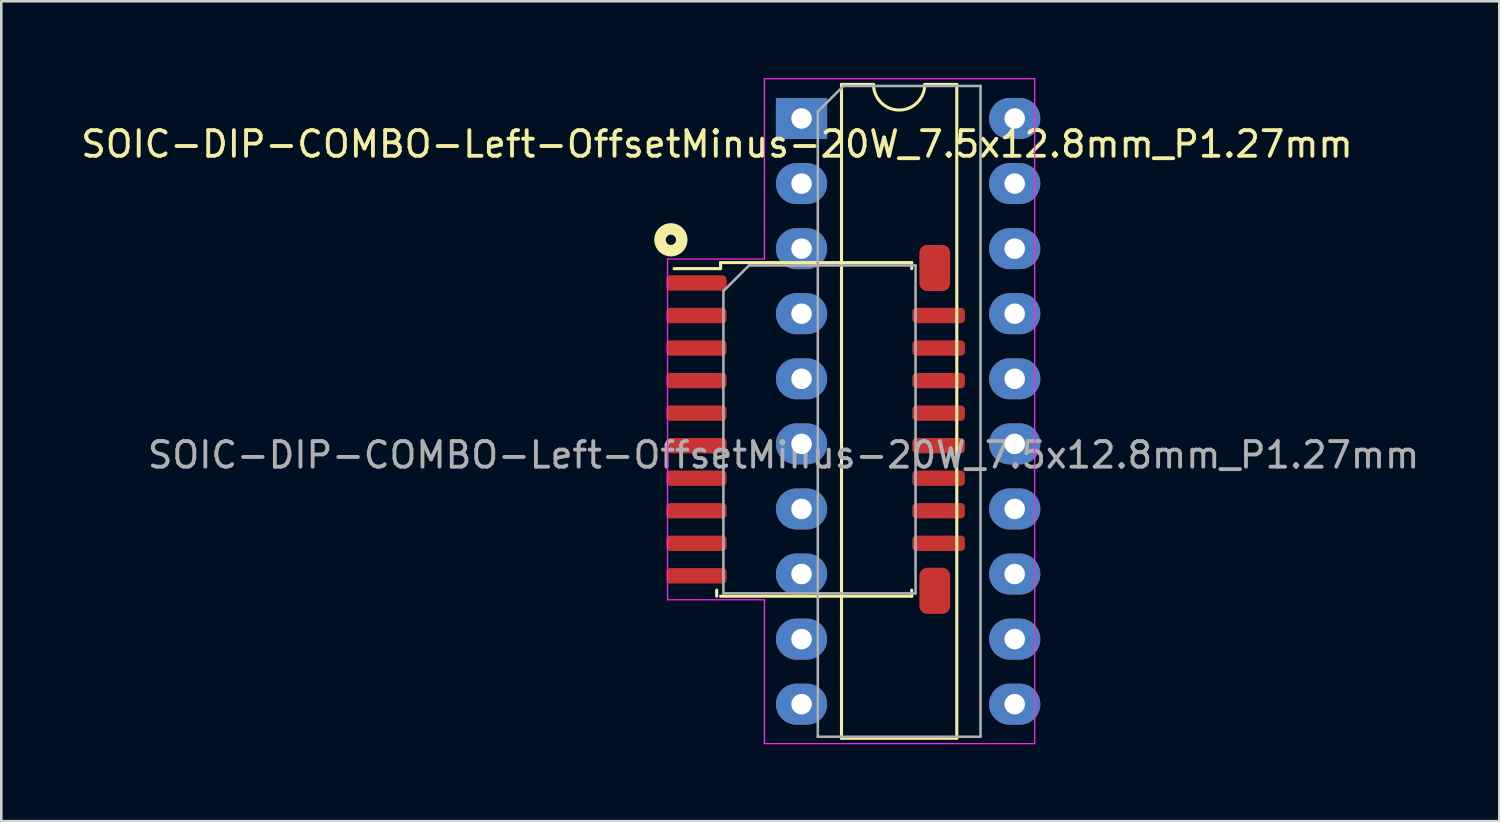
<source format=kicad_pcb>
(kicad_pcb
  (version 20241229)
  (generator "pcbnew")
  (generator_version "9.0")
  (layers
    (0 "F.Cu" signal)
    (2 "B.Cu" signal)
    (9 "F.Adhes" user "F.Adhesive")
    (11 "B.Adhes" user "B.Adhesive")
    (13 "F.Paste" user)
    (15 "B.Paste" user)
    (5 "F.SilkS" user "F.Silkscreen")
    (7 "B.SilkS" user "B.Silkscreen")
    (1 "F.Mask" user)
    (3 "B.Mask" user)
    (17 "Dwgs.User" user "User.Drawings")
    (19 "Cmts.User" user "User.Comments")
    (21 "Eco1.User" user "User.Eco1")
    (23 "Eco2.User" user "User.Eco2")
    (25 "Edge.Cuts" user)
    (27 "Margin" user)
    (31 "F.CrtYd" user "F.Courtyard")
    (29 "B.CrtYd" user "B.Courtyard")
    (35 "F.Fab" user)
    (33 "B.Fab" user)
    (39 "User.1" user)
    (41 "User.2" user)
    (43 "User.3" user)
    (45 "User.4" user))
  (footprint "SOIC-DIP-COMBO-Left-OffsetMinus-20W_7.5x12.8mm_P1.27mm"
    (layer "F.Cu")
    (at 28.135 13.075)
    (property "Reference" "SOIC-DIP-COMBO-Left-OffsetMinus-20W_7.5x12.8mm_P1.27mm" (at -3.2 -10.5 0) (layer "F.SilkS") (effects (font (size 1 1) (thickness 0.15))))
    (attr smd)
    (fp_line (start -3.21 7.145) (end -3.21 6.91) (stroke (width 0.12) (type solid)) (layer "F.SilkS"))
    (fp_line (start -3.06 -5.875) (end -3.06 -5.64) (stroke (width 0.12) (type solid)) (layer "F.SilkS"))
    (fp_line (start -3.06 -5.64) (end -4.875 -5.64) (stroke (width 0.12) (type solid)) (layer "F.SilkS"))
    (fp_line (start 0.8 -5.875) (end -3.06 -5.875) (stroke (width 0.12) (type solid)) (layer "F.SilkS"))
    (fp_line (start 0.8 -5.875) (end 4.4 -5.875) (stroke (width 0.12) (type solid)) (layer "F.SilkS"))
    (fp_line (start 0.8 7.145) (end -3.06 7.145) (stroke (width 0.12) (type solid)) (layer "F.SilkS"))
    (fp_line (start 0.8 7.145) (end 4.4 7.145) (stroke (width 0.12) (type solid)) (layer "F.SilkS"))
    (fp_line (start 1.66 -12.83) (end 1.66 12.69) (stroke (width 0.12) (type solid)) (layer "F.SilkS"))
    (fp_line (start 1.66 12.69) (end 6.16 12.69) (stroke (width 0.12) (type solid)) (layer "F.SilkS"))
    (fp_line (start 2.91 -12.83) (end 1.66 -12.83) (stroke (width 0.12) (type solid)) (layer "F.SilkS"))
    (fp_line (start 4.4 -5.875) (end 4.4 -5.64) (stroke (width 0.12) (type solid)) (layer "F.SilkS"))
    (fp_line (start 4.4 7.145) (end 4.4 6.91) (stroke (width 0.12) (type solid)) (layer "F.SilkS"))
    (fp_line (start 6.16 -12.83) (end 4.91 -12.83) (stroke (width 0.12) (type solid)) (layer "F.SilkS"))
    (fp_line (start 6.16 12.69) (end 6.16 -12.83) (stroke (width 0.12) (type solid)) (layer "F.SilkS"))
    (fp_arc (start 4.91 -12.83) (mid 3.91 -11.83) (end 2.91 -12.83) (stroke (width 0.12) (type solid)) (layer "F.SilkS"))
    (fp_circle (center -5 -6.765) (end -4.8 -6.765) (stroke (width 0.45) (type solid)) (fill no) (layer "F.SilkS"))
    (fp_line (start -5.13 -6.015) (end -5.13 7.285) (stroke (width 0.05) (type solid)) (layer "F.CrtYd"))
    (fp_line (start -5.13 7.285) (end -1.35 7.285) (stroke (width 0.05) (type solid)) (layer "F.CrtYd"))
    (fp_line (start -1.35 -13.05) (end -1.35 -6.02) (stroke (width 0.05) (type solid)) (layer "F.CrtYd"))
    (fp_line (start -1.35 -6.015) (end -5.13 -6.015) (stroke (width 0.05) (type solid)) (layer "F.CrtYd"))
    (fp_line (start -1.35 7.29) (end -1.35 12.9) (stroke (width 0.05) (type solid)) (layer "F.CrtYd"))
    (fp_line (start -1.35 12.9) (end 9.2 12.9) (stroke (width 0.05) (type solid)) (layer "F.CrtYd"))
    (fp_line (start 9.2 -13.05) (end -1.35 -13.05) (stroke (width 0.05) (type solid)) (layer "F.CrtYd"))
    (fp_line (start 9.2 12.9) (end 9.2 -13.05) (stroke (width 0.05) (type solid)) (layer "F.CrtYd"))
    (fp_line (start -2.95 -4.765) (end -1.95 -5.765) (stroke (width 0.1) (type solid)) (layer "F.Fab"))
    (fp_line (start -2.95 7.035) (end -2.95 -4.765) (stroke (width 0.1) (type solid)) (layer "F.Fab"))
    (fp_line (start -1.95 -5.765) (end 4.55 -5.765) (stroke (width 0.1) (type solid)) (layer "F.Fab"))
    (fp_line (start 0.735 -11.77) (end 1.735 -12.77) (stroke (width 0.1) (type solid)) (layer "F.Fab"))
    (fp_line (start 0.735 12.63) (end 0.735 -11.77) (stroke (width 0.1) (type solid)) (layer "F.Fab"))
    (fp_line (start 1.735 -12.77) (end 7.085 -12.77) (stroke (width 0.1) (type solid)) (layer "F.Fab"))
    (fp_line (start 4.55 -5.765) (end 4.55 7.035) (stroke (width 0.1) (type solid)) (layer "F.Fab"))
    (fp_line (start 4.55 7.035) (end -2.95 7.035) (stroke (width 0.1) (type solid)) (layer "F.Fab"))
    (fp_line (start 7.085 -12.77) (end 7.085 12.63) (stroke (width 0.1) (type solid)) (layer "F.Fab"))
    (fp_line (start 7.085 12.63) (end 0.735 12.63) (stroke (width 0.1) (type solid)) (layer "F.Fab"))
    (fp_text user "${REFERENCE}" (at -0.6 1.635 0) (layer "F.Fab") (effects (font (size 1 1) (thickness 0.15))))
    (pad "1" smd roundrect (at -4 -5.08) (size 2.35 0.6) (layers "F.Cu" "F.Mask" "F.Paste") (roundrect_rratio 0.25))
    (pad "1" thru_hole rect (at 0.1 -11.5) (size 2 1.6) (drill 0.8) (layers "*.Cu" "*.Mask"))
    (pad "2" smd roundrect (at -4 -3.81) (size 2.35 0.6) (layers "F.Cu" "F.Mask" "F.Paste") (roundrect_rratio 0.25))
    (pad "2" thru_hole oval (at 0.1 -8.96) (size 2 1.6) (drill 0.8) (layers "*.Cu" "*.Mask"))
    (pad "3" smd roundrect (at -4 -2.54) (size 2.35 0.6) (layers "F.Cu" "F.Mask" "F.Paste") (roundrect_rratio 0.25))
    (pad "3" thru_hole oval (at 0.1 -6.42) (size 2 1.6) (drill 0.8) (layers "*.Cu" "*.Mask"))
    (pad "4" smd roundrect (at -4 -1.27) (size 2.35 0.6) (layers "F.Cu" "F.Mask" "F.Paste") (roundrect_rratio 0.25))
    (pad "4" thru_hole oval (at 0.1 -3.88) (size 2 1.6) (drill 0.8) (layers "*.Cu" "*.Mask"))
    (pad "5" smd roundrect (at -4 0) (size 2.35 0.6) (layers "F.Cu" "F.Mask" "F.Paste") (roundrect_rratio 0.25))
    (pad "5" thru_hole oval (at 0.1 -1.34) (size 2 1.6) (drill 0.8) (layers "*.Cu" "*.Mask"))
    (pad "6" smd roundrect (at -4 1.27) (size 2.35 0.6) (layers "F.Cu" "F.Mask" "F.Paste") (roundrect_rratio 0.25))
    (pad "6" thru_hole oval (at 0.1 1.2) (size 2 1.6) (drill 0.8) (layers "*.Cu" "*.Mask"))
    (pad "7" smd roundrect (at -4 2.54) (size 2.35 0.6) (layers "F.Cu" "F.Mask" "F.Paste") (roundrect_rratio 0.25))
    (pad "7" thru_hole oval (at 0.1 3.74) (size 2 1.6) (drill 0.8) (layers "*.Cu" "*.Mask"))
    (pad "8" smd roundrect (at -4 3.81) (size 2.35 0.6) (layers "F.Cu" "F.Mask" "F.Paste") (roundrect_rratio 0.25))
    (pad "8" thru_hole oval (at 0.1 6.28) (size 2 1.6) (drill 0.8) (layers "*.Cu" "*.Mask"))
    (pad "9" smd roundrect (at -4 5.08) (size 2.35 0.6) (layers "F.Cu" "F.Mask" "F.Paste") (roundrect_rratio 0.25))
    (pad "9" thru_hole oval (at 0.1 8.82) (size 2 1.6) (drill 0.8) (layers "*.Cu" "*.Mask"))
    (pad "10" smd roundrect (at -4 6.35) (size 2.35 0.6) (layers "F.Cu" "F.Mask" "F.Paste") (roundrect_rratio 0.25))
    (pad "10" thru_hole oval (at 0.1 11.36) (size 2 1.6) (drill 0.8) (layers "*.Cu" "*.Mask"))
    (pad "11" smd roundrect (at 5.3 6.935) (size 1.2 1.8) (layers "F.Cu" "F.Mask" "F.Paste") (roundrect_rratio 0.25))
    (pad "11" thru_hole oval (at 8.42 11.36) (size 2 1.6) (drill 0.8) (layers "*.Cu" "*.Mask"))
    (pad "12" smd roundrect (at 5.45 5.08) (size 2.05 0.6) (layers "F.Cu" "F.Mask" "F.Paste") (roundrect_rratio 0.25))
    (pad "12" thru_hole oval (at 8.42 8.82) (size 2 1.6) (drill 0.8) (layers "*.Cu" "*.Mask"))
    (pad "13" smd roundrect (at 5.45 3.81) (size 2.05 0.6) (layers "F.Cu" "F.Mask" "F.Paste") (roundrect_rratio 0.25))
    (pad "13" thru_hole oval (at 8.42 6.28) (size 2 1.6) (drill 0.8) (layers "*.Cu" "*.Mask"))
    (pad "14" smd roundrect (at 5.45 2.54) (size 2.05 0.6) (layers "F.Cu" "F.Mask" "F.Paste") (roundrect_rratio 0.25))
    (pad "14" thru_hole oval (at 8.42 3.74) (size 2 1.6) (drill 0.8) (layers "*.Cu" "*.Mask"))
    (pad "15" smd roundrect (at 5.45 1.27) (size 2.05 0.6) (layers "F.Cu" "F.Mask" "F.Paste") (roundrect_rratio 0.25))
    (pad "15" thru_hole oval (at 8.42 1.2) (size 2 1.6) (drill 0.8) (layers "*.Cu" "*.Mask"))
    (pad "16" smd roundrect (at 5.45 0) (size 2.05 0.6) (layers "F.Cu" "F.Mask" "F.Paste") (roundrect_rratio 0.25))
    (pad "16" thru_hole oval (at 8.42 -1.34) (size 2 1.6) (drill 0.8) (layers "*.Cu" "*.Mask"))
    (pad "17" smd roundrect (at 5.45 -1.27) (size 2.05 0.6) (layers "F.Cu" "F.Mask" "F.Paste") (roundrect_rratio 0.25))
    (pad "17" thru_hole oval (at 8.42 -3.88) (size 2 1.6) (drill 0.8) (layers "*.Cu" "*.Mask"))
    (pad "18" smd roundrect (at 5.45 -2.54) (size 2.05 0.6) (layers "F.Cu" "F.Mask" "F.Paste") (roundrect_rratio 0.25))
    (pad "18" thru_hole oval (at 8.42 -6.42) (size 2 1.6) (drill 0.8) (layers "*.Cu" "*.Mask"))
    (pad "19" smd roundrect (at 5.45 -3.81) (size 2.05 0.6) (layers "F.Cu" "F.Mask" "F.Paste") (roundrect_rratio 0.25))
    (pad "19" thru_hole oval (at 8.42 -8.96) (size 2 1.6) (drill 0.8) (layers "*.Cu" "*.Mask"))
    (pad "20" smd roundrect (at 5.3 -5.665) (size 1.2 1.8) (layers "F.Cu" "F.Mask" "F.Paste") (roundrect_rratio 0.25))
    (pad "20" thru_hole oval (at 8.42 -11.5) (size 2 1.6) (drill 0.8) (layers "*.Cu" "*.Mask")))
  (gr_rect
    (start -3 -3)
    (end 55.469 29)
    (stroke (width 0.1) (type default))
    (fill no)
    (layer "Edge.Cuts")))
</source>
